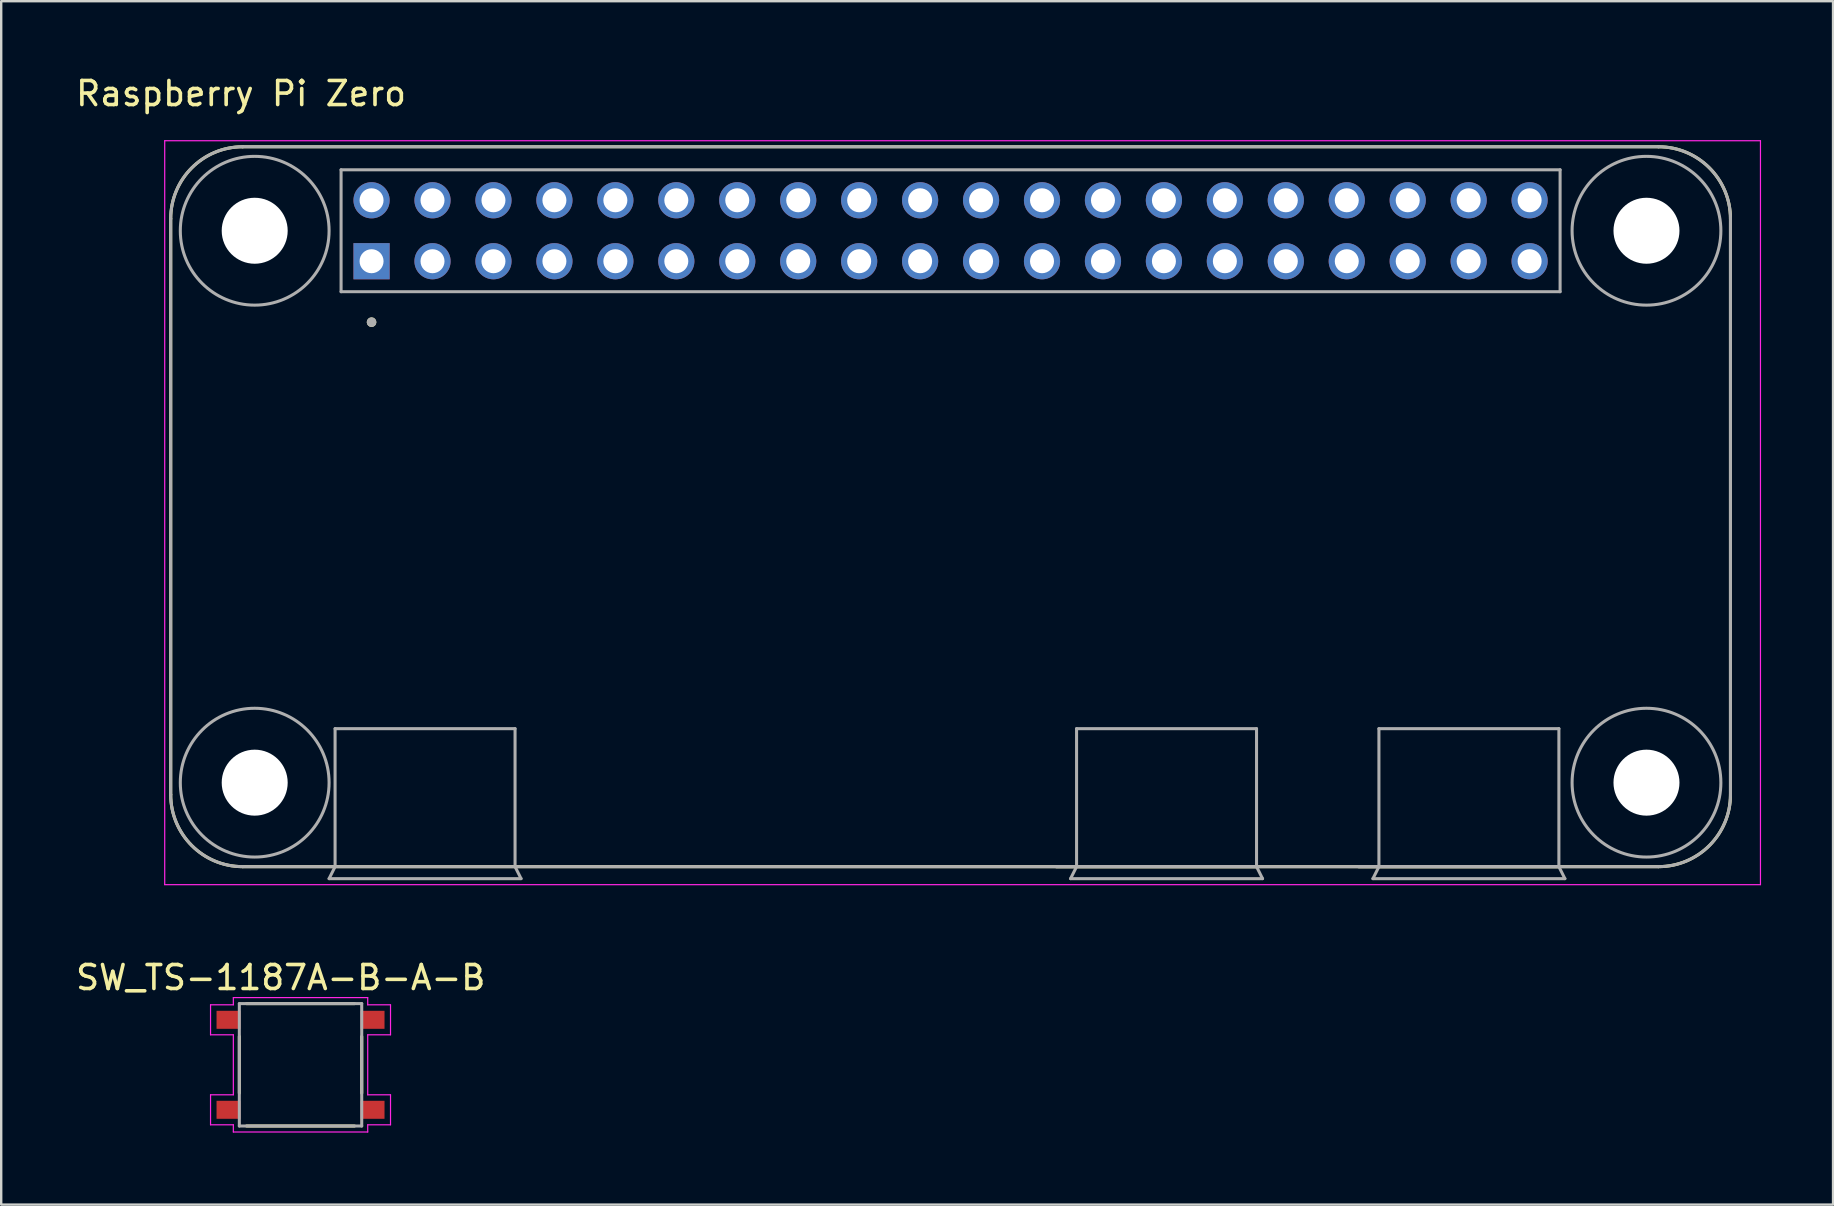
<source format=kicad_pcb>
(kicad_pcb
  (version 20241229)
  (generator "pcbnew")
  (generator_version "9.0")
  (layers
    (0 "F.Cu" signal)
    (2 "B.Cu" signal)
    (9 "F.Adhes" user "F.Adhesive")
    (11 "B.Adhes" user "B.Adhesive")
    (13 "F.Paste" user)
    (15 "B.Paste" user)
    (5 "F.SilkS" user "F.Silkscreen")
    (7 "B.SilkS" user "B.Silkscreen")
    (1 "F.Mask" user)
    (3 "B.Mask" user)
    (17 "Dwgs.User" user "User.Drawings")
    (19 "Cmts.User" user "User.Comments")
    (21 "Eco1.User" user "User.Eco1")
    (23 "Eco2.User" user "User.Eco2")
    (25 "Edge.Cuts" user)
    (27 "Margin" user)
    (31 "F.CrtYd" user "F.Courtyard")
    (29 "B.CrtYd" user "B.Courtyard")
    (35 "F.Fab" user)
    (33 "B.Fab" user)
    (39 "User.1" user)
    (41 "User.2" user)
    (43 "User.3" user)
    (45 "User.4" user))
  (footprint "SW_TS-1187A-B-A-B"
    (layer "F.Cu")
    (at 9.474 41.324)
    (property "Reference" "SW_TS-1187A-B-A-B" (at -0.825 -3.635 0) (layer "F.SilkS") (effects (font (size 1 1) (thickness 0.15))))
    (attr through_hole)
    (fp_line (start -2.55 -1.18) (end -2.55 1.18) (stroke (width 0.127) (type solid)) (layer "F.SilkS"))
    (fp_line (start 2.25 -2.55) (end -2.25 -2.55) (stroke (width 0.127) (type solid)) (layer "F.SilkS"))
    (fp_line (start 2.25 2.55) (end -2.25 2.55) (stroke (width 0.127) (type solid)) (layer "F.SilkS"))
    (fp_line (start 2.55 1.18) (end 2.55 -1.18) (stroke (width 0.127) (type solid)) (layer "F.SilkS"))
    (fp_line (start -3.75 -2.5) (end -3.75 -1.25) (stroke (width 0.05) (type solid)) (layer "F.CrtYd"))
    (fp_line (start -3.75 -2.5) (end -2.8 -2.5) (stroke (width 0.05) (type solid)) (layer "F.CrtYd"))
    (fp_line (start -3.75 -1.25) (end -2.8 -1.25) (stroke (width 0.05) (type solid)) (layer "F.CrtYd"))
    (fp_line (start -3.75 1.25) (end -2.8 1.25) (stroke (width 0.05) (type solid)) (layer "F.CrtYd"))
    (fp_line (start -3.75 2.5) (end -3.75 1.25) (stroke (width 0.05) (type solid)) (layer "F.CrtYd"))
    (fp_line (start -3.75 2.5) (end -2.8 2.5) (stroke (width 0.05) (type solid)) (layer "F.CrtYd"))
    (fp_line (start -2.8 -2.8) (end -2.8 -2.5) (stroke (width 0.05) (type solid)) (layer "F.CrtYd"))
    (fp_line (start -2.8 -1.25) (end -2.8 1.25) (stroke (width 0.05) (type solid)) (layer "F.CrtYd"))
    (fp_line (start -2.8 2.8) (end -2.8 2.5) (stroke (width 0.05) (type solid)) (layer "F.CrtYd"))
    (fp_line (start -2.8 2.8) (end 2.8 2.8) (stroke (width 0.05) (type solid)) (layer "F.CrtYd"))
    (fp_line (start 2.8 -2.8) (end -2.8 -2.8) (stroke (width 0.05) (type solid)) (layer "F.CrtYd"))
    (fp_line (start 2.8 -2.8) (end 2.8 -2.5) (stroke (width 0.05) (type solid)) (layer "F.CrtYd"))
    (fp_line (start 2.8 -1.25) (end 2.8 1.25) (stroke (width 0.05) (type solid)) (layer "F.CrtYd"))
    (fp_line (start 2.8 2.8) (end 2.8 2.5) (stroke (width 0.05) (type solid)) (layer "F.CrtYd"))
    (fp_line (start 3.75 -2.5) (end 2.8 -2.5) (stroke (width 0.05) (type solid)) (layer "F.CrtYd"))
    (fp_line (start 3.75 -2.5) (end 3.75 -1.25) (stroke (width 0.05) (type solid)) (layer "F.CrtYd"))
    (fp_line (start 3.75 -1.25) (end 2.8 -1.25) (stroke (width 0.05) (type solid)) (layer "F.CrtYd"))
    (fp_line (start 3.75 1.25) (end 2.8 1.25) (stroke (width 0.05) (type solid)) (layer "F.CrtYd"))
    (fp_line (start 3.75 2.5) (end 2.8 2.5) (stroke (width 0.05) (type solid)) (layer "F.CrtYd"))
    (fp_line (start 3.75 2.5) (end 3.75 1.25) (stroke (width 0.05) (type solid)) (layer "F.CrtYd"))
    (fp_line (start -2.55 -2.55) (end -2.55 2.55) (stroke (width 0.127) (type solid)) (layer "F.Fab"))
    (fp_line (start -2.55 2.55) (end 2.55 2.55) (stroke (width 0.127) (type solid)) (layer "F.Fab"))
    (fp_line (start 2.55 -2.55) (end -2.55 -2.55) (stroke (width 0.127) (type solid)) (layer "F.Fab"))
    (fp_line (start 2.55 2.55) (end 2.55 -2.55) (stroke (width 0.127) (type solid)) (layer "F.Fab"))
    (pad "1" smd rect (at -3 -1.875) (size 1 0.75) (layers "F.Cu" "F.Mask" "F.Paste"))
    (pad "1" smd rect (at 3 -1.875) (size 1 0.75) (layers "F.Cu" "F.Mask" "F.Paste"))
    (pad "2" smd rect (at -3 1.875) (size 1 0.75) (layers "F.Cu" "F.Mask" "F.Paste"))
    (pad "2" smd rect (at 3 1.875) (size 1 0.75) (layers "F.Cu" "F.Mask" "F.Paste")))
  (footprint "Raspberry Pi Zero"
    (layer "F.Cu")
    (at 36.564 18.066)
    (property "Reference" "Raspberry Pi Zero" (at -29.569 -17.216 0) (layer "F.SilkS") (effects (font (size 1.002 1.002) (thickness 0.15))))
    (attr through_hole)
    (fp_line (start -32.5 -12) (end -32.5 12) (stroke (width 0.127) (type solid)) (layer "F.SilkS"))
    (fp_line (start -29.5 15) (end 29.5 15) (stroke (width 0.127) (type solid)) (layer "F.SilkS"))
    (fp_line (start 4.4 15) (end 12.75 15) (stroke (width 0.127) (type solid)) (layer "F.SilkS"))
    (fp_line (start 17 15) (end 25.35 15) (stroke (width 0.127) (type solid)) (layer "F.SilkS"))
    (fp_line (start 29.5 -15) (end -29.5 -15) (stroke (width 0.127) (type solid)) (layer "F.SilkS"))
    (fp_line (start 32.5 12) (end 32.5 -12) (stroke (width 0.127) (type solid)) (layer "F.SilkS"))
    (fp_arc (start -32.5 -12) (mid -31.62132 -14.12132) (end -29.5 -15) (stroke (width 0.127) (type solid)) (layer "F.SilkS"))
    (fp_arc (start -29.5 15) (mid -31.62132 14.12132) (end -32.5 12) (stroke (width 0.127) (type solid)) (layer "F.SilkS"))
    (fp_arc (start 29.5 -15) (mid 31.62132 -14.12132) (end 32.5 -12) (stroke (width 0.127) (type solid)) (layer "F.SilkS"))
    (fp_arc (start 32.5 12) (mid 31.62132 14.12132) (end 29.5 15) (stroke (width 0.127) (type solid)) (layer "F.SilkS"))
    (fp_circle (center -24.13 -7.69) (end -24.03 -7.69) (stroke (width 0.2) (type solid)) (fill no) (layer "F.SilkS"))
    (fp_line (start -32.75 -15.25) (end 33.75 -15.25) (stroke (width 0.05) (type solid)) (layer "F.CrtYd"))
    (fp_line (start -32.75 15.75) (end -32.75 -15.25) (stroke (width 0.05) (type solid)) (layer "F.CrtYd"))
    (fp_line (start 33.75 -15.25) (end 33.75 15.75) (stroke (width 0.05) (type solid)) (layer "F.CrtYd"))
    (fp_line (start 33.75 15.75) (end -32.75 15.75) (stroke (width 0.05) (type solid)) (layer "F.CrtYd"))
    (fp_line (start -32.5 -12) (end -32.5 12) (stroke (width 0.127) (type solid)) (layer "F.Fab"))
    (fp_line (start -29.5 15) (end -25.65 15) (stroke (width 0.127) (type solid)) (layer "F.Fab"))
    (fp_line (start -25.9 15.5) (end -17.9 15.5) (stroke (width 0.127) (type solid)) (layer "F.Fab"))
    (fp_line (start -25.65 9.25) (end -18.15 9.25) (stroke (width 0.127) (type solid)) (layer "F.Fab"))
    (fp_line (start -25.65 15) (end -25.9 15.5) (stroke (width 0.127) (type solid)) (layer "F.Fab"))
    (fp_line (start -25.65 15) (end -25.65 9.25) (stroke (width 0.127) (type solid)) (layer "F.Fab"))
    (fp_line (start -25.65 15) (end -18.15 15) (stroke (width 0.127) (type solid)) (layer "F.Fab"))
    (fp_line (start -25.4 -14.04) (end -25.4 -8.96) (stroke (width 0.127) (type solid)) (layer "F.Fab"))
    (fp_line (start -25.4 -8.96) (end 25.4 -8.96) (stroke (width 0.127) (type solid)) (layer "F.Fab"))
    (fp_line (start -18.15 9.25) (end -18.15 15) (stroke (width 0.127) (type solid)) (layer "F.Fab"))
    (fp_line (start -18.15 15) (end 29.5 15) (stroke (width 0.127) (type solid)) (layer "F.Fab"))
    (fp_line (start -17.9 15.5) (end -18.15 15) (stroke (width 0.127) (type solid)) (layer "F.Fab"))
    (fp_line (start 4.4 15) (end 5.25 15) (stroke (width 0.127) (type solid)) (layer "F.Fab"))
    (fp_line (start 5 15.5) (end 13 15.5) (stroke (width 0.127) (type solid)) (layer "F.Fab"))
    (fp_line (start 5.25 9.25) (end 12.75 9.25) (stroke (width 0.127) (type solid)) (layer "F.Fab"))
    (fp_line (start 5.25 15) (end 5 15.5) (stroke (width 0.127) (type solid)) (layer "F.Fab"))
    (fp_line (start 5.25 15) (end 5.25 9.25) (stroke (width 0.127) (type solid)) (layer "F.Fab"))
    (fp_line (start 5.25 15) (end 12.75 15) (stroke (width 0.127) (type solid)) (layer "F.Fab"))
    (fp_line (start 12.75 9.25) (end 12.75 15) (stroke (width 0.127) (type solid)) (layer "F.Fab"))
    (fp_line (start 13 15.5) (end 12.75 15) (stroke (width 0.127) (type solid)) (layer "F.Fab"))
    (fp_line (start 17 15) (end 17.85 15) (stroke (width 0.127) (type solid)) (layer "F.Fab"))
    (fp_line (start 17.6 15.5) (end 25.6 15.5) (stroke (width 0.127) (type solid)) (layer "F.Fab"))
    (fp_line (start 17.85 9.25) (end 25.35 9.25) (stroke (width 0.127) (type solid)) (layer "F.Fab"))
    (fp_line (start 17.85 15) (end 17.6 15.5) (stroke (width 0.127) (type solid)) (layer "F.Fab"))
    (fp_line (start 17.85 15) (end 17.85 9.25) (stroke (width 0.127) (type solid)) (layer "F.Fab"))
    (fp_line (start 17.85 15) (end 25.35 15) (stroke (width 0.127) (type solid)) (layer "F.Fab"))
    (fp_line (start 25.35 9.25) (end 25.35 15) (stroke (width 0.127) (type solid)) (layer "F.Fab"))
    (fp_line (start 25.4 -14.04) (end -25.4 -14.04) (stroke (width 0.127) (type solid)) (layer "F.Fab"))
    (fp_line (start 25.4 -8.96) (end 25.4 -14.04) (stroke (width 0.127) (type solid)) (layer "F.Fab"))
    (fp_line (start 25.6 15.5) (end 25.35 15) (stroke (width 0.127) (type solid)) (layer "F.Fab"))
    (fp_line (start 29.5 -15) (end -29.5 -15) (stroke (width 0.127) (type solid)) (layer "F.Fab"))
    (fp_line (start 32.5 12) (end 32.5 -12) (stroke (width 0.127) (type solid)) (layer "F.Fab"))
    (fp_arc (start -32.5 -12) (mid -31.62132 -14.12132) (end -29.5 -15) (stroke (width 0.127) (type solid)) (layer "F.Fab"))
    (fp_arc (start -29.5 15) (mid -31.62132 14.12132) (end -32.5 12) (stroke (width 0.127) (type solid)) (layer "F.Fab"))
    (fp_arc (start 29.5 -15) (mid 31.62132 -14.12132) (end 32.5 -12) (stroke (width 0.127) (type solid)) (layer "F.Fab"))
    (fp_arc (start 32.5 12) (mid 31.62132 14.12132) (end 29.5 15) (stroke (width 0.127) (type solid)) (layer "F.Fab"))
    (fp_circle (center -29 -11.5) (end -25.9 -11.5) (stroke (width 0.127) (type solid)) (fill no) (layer "F.Fab"))
    (fp_circle (center -29 11.5) (end -25.9 11.5) (stroke (width 0.127) (type solid)) (fill no) (layer "F.Fab"))
    (fp_circle (center -24.13 -7.69) (end -24.03 -7.69) (stroke (width 0.2) (type solid)) (fill no) (layer "F.Fab"))
    (fp_circle (center 29 -11.5) (end 32.1 -11.5) (stroke (width 0.127) (type solid)) (fill no) (layer "F.Fab"))
    (fp_circle (center 29 11.5) (end 32.1 11.5) (stroke (width 0.127) (type solid)) (fill no) (layer "F.Fab"))
    (pad "" np_thru_hole circle (at -29 -11.5) (size 2.75 2.75) (drill 2.75) (layers "*.Cu" "*.Mask"))
    (pad "" np_thru_hole circle (at -29 11.5) (size 2.75 2.75) (drill 2.75) (layers "*.Cu" "*.Mask"))
    (pad "" np_thru_hole circle (at 29 -11.5) (size 2.75 2.75) (drill 2.75) (layers "*.Cu" "*.Mask"))
    (pad "" np_thru_hole circle (at 29 11.5) (size 2.75 2.75) (drill 2.75) (layers "*.Cu" "*.Mask"))
    (pad "1" thru_hole rect (at -24.13 -10.23) (size 1.508 1.508) (drill 1) (layers "*.Cu" "*.Mask"))
    (pad "2" thru_hole circle (at -24.13 -12.77) (size 1.508 1.508) (drill 1) (layers "*.Cu" "*.Mask"))
    (pad "3" thru_hole circle (at -21.59 -10.23) (size 1.508 1.508) (drill 1) (layers "*.Cu" "*.Mask"))
    (pad "4" thru_hole circle (at -21.59 -12.77) (size 1.508 1.508) (drill 1) (layers "*.Cu" "*.Mask"))
    (pad "5" thru_hole circle (at -19.05 -10.23) (size 1.508 1.508) (drill 1) (layers "*.Cu" "*.Mask"))
    (pad "6" thru_hole circle (at -19.05 -12.77) (size 1.508 1.508) (drill 1) (layers "*.Cu" "*.Mask"))
    (pad "7" thru_hole circle (at -16.51 -10.23) (size 1.508 1.508) (drill 1) (layers "*.Cu" "*.Mask"))
    (pad "8" thru_hole circle (at -16.51 -12.77) (size 1.508 1.508) (drill 1) (layers "*.Cu" "*.Mask"))
    (pad "9" thru_hole circle (at -13.97 -10.23) (size 1.508 1.508) (drill 1) (layers "*.Cu" "*.Mask"))
    (pad "10" thru_hole circle (at -13.97 -12.77) (size 1.508 1.508) (drill 1) (layers "*.Cu" "*.Mask"))
    (pad "11" thru_hole circle (at -11.43 -10.23) (size 1.508 1.508) (drill 1) (layers "*.Cu" "*.Mask"))
    (pad "12" thru_hole circle (at -11.43 -12.77) (size 1.508 1.508) (drill 1) (layers "*.Cu" "*.Mask"))
    (pad "13" thru_hole circle (at -8.89 -10.23) (size 1.508 1.508) (drill 1) (layers "*.Cu" "*.Mask"))
    (pad "14" thru_hole circle (at -8.89 -12.77) (size 1.508 1.508) (drill 1) (layers "*.Cu" "*.Mask"))
    (pad "15" thru_hole circle (at -6.35 -10.23) (size 1.508 1.508) (drill 1) (layers "*.Cu" "*.Mask"))
    (pad "16" thru_hole circle (at -6.35 -12.77) (size 1.508 1.508) (drill 1) (layers "*.Cu" "*.Mask"))
    (pad "17" thru_hole circle (at -3.81 -10.23) (size 1.508 1.508) (drill 1) (layers "*.Cu" "*.Mask"))
    (pad "18" thru_hole circle (at -3.81 -12.77) (size 1.508 1.508) (drill 1) (layers "*.Cu" "*.Mask"))
    (pad "19" thru_hole circle (at -1.27 -10.23) (size 1.508 1.508) (drill 1) (layers "*.Cu" "*.Mask"))
    (pad "20" thru_hole circle (at -1.27 -12.77) (size 1.508 1.508) (drill 1) (layers "*.Cu" "*.Mask"))
    (pad "21" thru_hole circle (at 1.27 -10.23) (size 1.508 1.508) (drill 1) (layers "*.Cu" "*.Mask"))
    (pad "22" thru_hole circle (at 1.27 -12.77) (size 1.508 1.508) (drill 1) (layers "*.Cu" "*.Mask"))
    (pad "23" thru_hole circle (at 3.81 -10.23) (size 1.508 1.508) (drill 1) (layers "*.Cu" "*.Mask"))
    (pad "24" thru_hole circle (at 3.81 -12.77) (size 1.508 1.508) (drill 1) (layers "*.Cu" "*.Mask"))
    (pad "25" thru_hole circle (at 6.35 -10.23) (size 1.508 1.508) (drill 1) (layers "*.Cu" "*.Mask"))
    (pad "26" thru_hole circle (at 6.35 -12.77) (size 1.508 1.508) (drill 1) (layers "*.Cu" "*.Mask"))
    (pad "27" thru_hole circle (at 8.89 -10.23) (size 1.508 1.508) (drill 1) (layers "*.Cu" "*.Mask"))
    (pad "28" thru_hole circle (at 8.89 -12.77) (size 1.508 1.508) (drill 1) (layers "*.Cu" "*.Mask"))
    (pad "29" thru_hole circle (at 11.43 -10.23) (size 1.508 1.508) (drill 1) (layers "*.Cu" "*.Mask"))
    (pad "30" thru_hole circle (at 11.43 -12.77) (size 1.508 1.508) (drill 1) (layers "*.Cu" "*.Mask"))
    (pad "31" thru_hole circle (at 13.97 -10.23) (size 1.508 1.508) (drill 1) (layers "*.Cu" "*.Mask"))
    (pad "32" thru_hole circle (at 13.97 -12.77) (size 1.508 1.508) (drill 1) (layers "*.Cu" "*.Mask"))
    (pad "33" thru_hole circle (at 16.51 -10.23) (size 1.508 1.508) (drill 1) (layers "*.Cu" "*.Mask"))
    (pad "34" thru_hole circle (at 16.51 -12.77) (size 1.508 1.508) (drill 1) (layers "*.Cu" "*.Mask"))
    (pad "35" thru_hole circle (at 19.05 -10.23) (size 1.508 1.508) (drill 1) (layers "*.Cu" "*.Mask"))
    (pad "36" thru_hole circle (at 19.05 -12.77) (size 1.508 1.508) (drill 1) (layers "*.Cu" "*.Mask"))
    (pad "37" thru_hole circle (at 21.59 -10.23) (size 1.508 1.508) (drill 1) (layers "*.Cu" "*.Mask"))
    (pad "38" thru_hole circle (at 21.59 -12.77) (size 1.508 1.508) (drill 1) (layers "*.Cu" "*.Mask"))
    (pad "39" thru_hole circle (at 24.13 -10.23) (size 1.508 1.508) (drill 1) (layers "*.Cu" "*.Mask"))
    (pad "40" thru_hole circle (at 24.13 -12.77) (size 1.508 1.508) (drill 1) (layers "*.Cu" "*.Mask")))
  (gr_rect
    (start -3 -3)
    (end 73.339 47.149)
    (stroke (width 0.1) (type default))
    (fill no)
    (layer "Edge.Cuts")))
</source>
